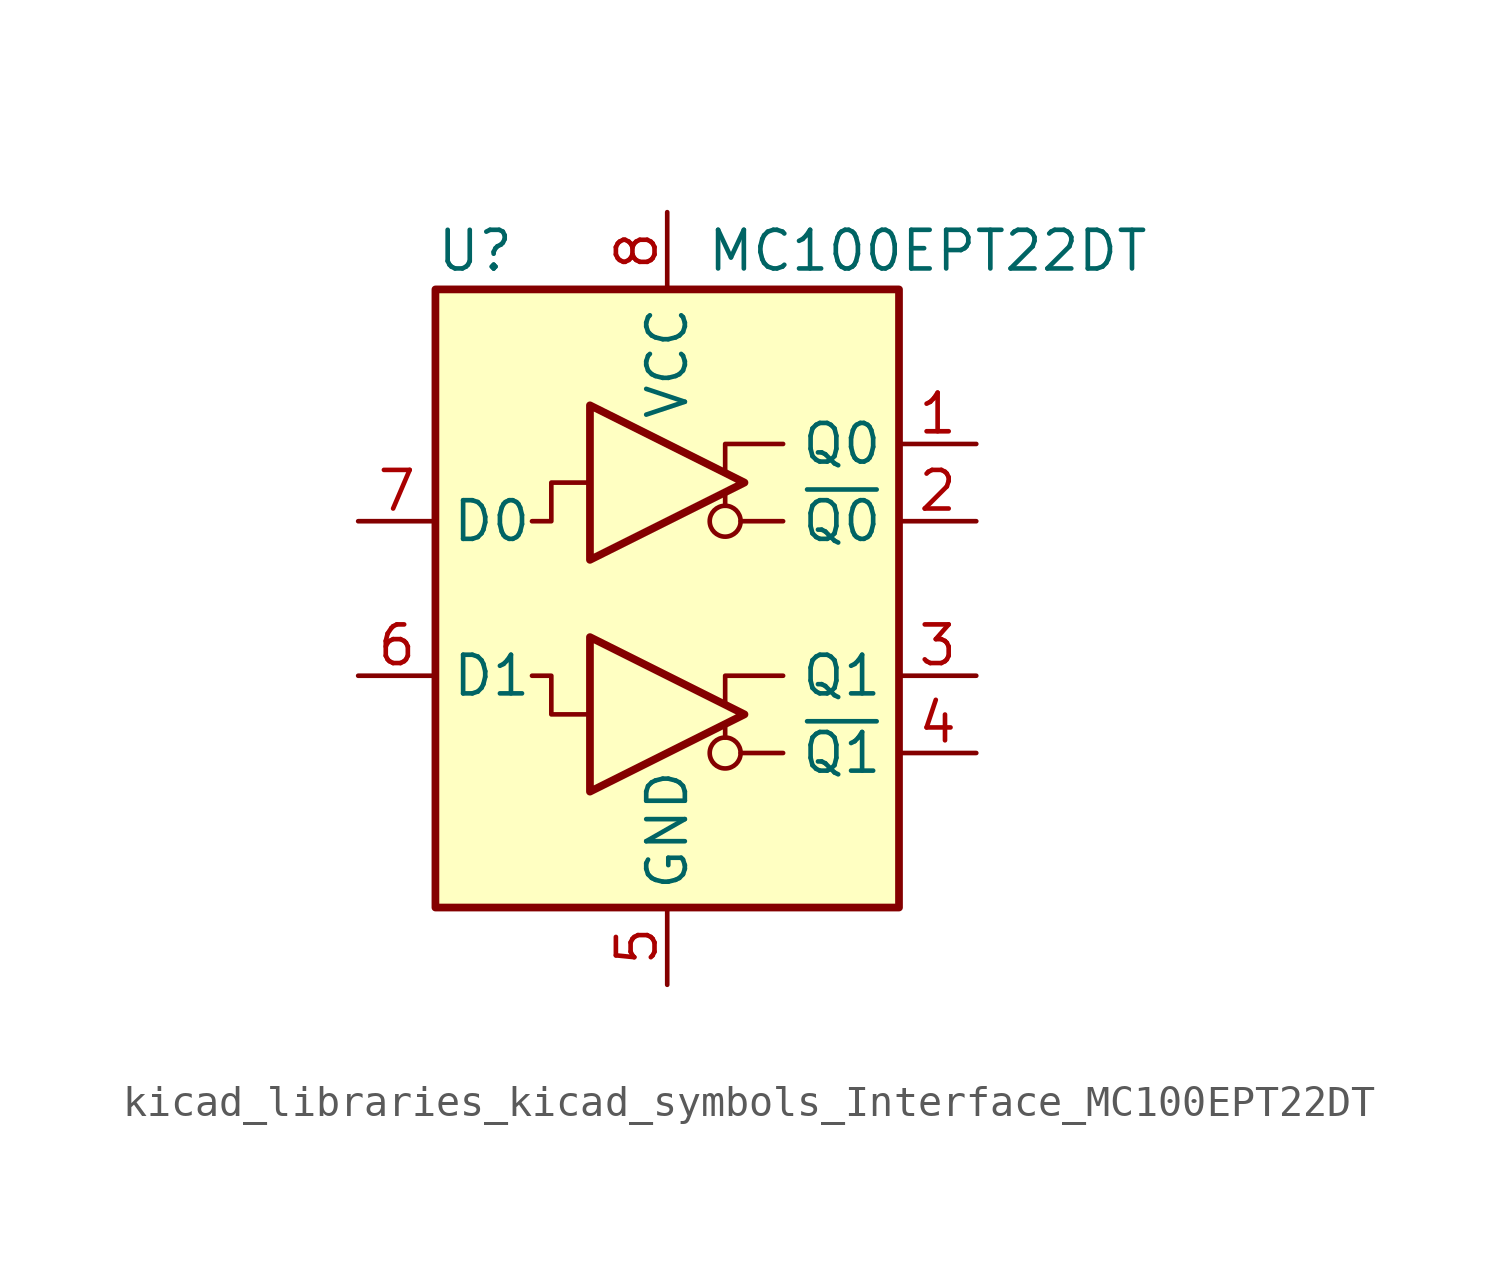
<source format=kicad_sym>
(kicad_symbol_lib
  (version 20220914)
  (generator kicad_symbol_editor)
  (symbol "kicad_libraries_kicad_symbols_Interface_MC100EPT22DT"
    (property "Reference" "U"
      (at -7.62 11.43 0)
      (effects (font (size 1.27 1.27)) (justify left)))
    (property "Value" "MC100EPT22DT"
      (at 1.27 11.43 0)
      (effects (font (size 1.27 1.27)) (justify left)))
    (symbol "kicad_libraries_kicad_symbols_Interface_MC100EPT22DT_0_1"
      (polyline (pts (xy 1.905 -4.572) (xy 1.905 -4.191)) (stroke (width 0) (type default)) (fill (type none)))
      (polyline (pts (xy 1.905 3.048) (xy 1.905 3.429)) (stroke (width 0) (type default)) (fill (type none))))
    (symbol "kicad_libraries_kicad_symbols_Interface_MC100EPT22DT_1_0"
      (rectangle (start -7.62 10.16) (end 7.62 -10.16) (stroke (width 0.254) (type default)) (fill (type background)))
      (polyline (pts (xy 3.81 -5.08) (xy 2.413 -5.08)) (stroke (width 0) (type default)) (fill (type none)))
      (polyline (pts (xy 3.81 2.54) (xy 2.413 2.54)) (stroke (width 0) (type default)) (fill (type none)))
      (polyline (pts (xy 1.905 -3.429) (xy 1.905 -2.54) (xy 3.81 -2.54)) (stroke (width 0) (type default)) (fill (type none)))
      (polyline (pts (xy 1.905 4.191) (xy 1.905 5.08) (xy 3.81 5.08)) (stroke (width 0) (type default)) (fill (type none)))
      (polyline (pts (xy -2.54 -3.81) (xy -3.81 -3.81) (xy -3.81 -2.54) (xy -4.445 -2.54)) (stroke (width 0) (type default)) (fill (type none)))
      (polyline (pts (xy -2.54 3.81) (xy -3.81 3.81) (xy -3.81 2.54) (xy -4.445 2.54)) (stroke (width 0) (type default)) (fill (type none)))
      (circle (center 1.905 -5.08) (radius 0.508) (stroke (width 0) (type default)) (fill (type none)))
      (circle (center 1.905 2.54) (radius 0.508) (stroke (width 0) (type default)) (fill (type none))))
    (symbol "kicad_libraries_kicad_symbols_Interface_MC100EPT22DT_1_1"
      (polyline (pts (xy -2.54 -1.27) (xy -2.54 -6.35) (xy 2.54 -3.81) (xy -2.54 -1.27)) (stroke (width 0.254) (type default)) (fill (type none)))
      (polyline (pts (xy -2.54 6.35) (xy -2.54 1.27) (xy 2.54 3.81) (xy -2.54 6.35)) (stroke (width 0.254) (type default)) (fill (type none)))
      (pin output line (at 10.16 5.08 180) (length 2.54) (name "Q0" (effects (font (size 1.27 1.27)))) (number "1" (effects (font (size 1.27 1.27)))))
      (pin output line (at 10.16 2.54 180) (length 2.54) (name "~{Q0}" (effects (font (size 1.27 1.27)))) (number "2" (effects (font (size 1.27 1.27)))))
      (pin output line (at 10.16 -2.54 180) (length 2.54) (name "Q1" (effects (font (size 1.27 1.27)))) (number "3" (effects (font (size 1.27 1.27)))))
      (pin output line (at 10.16 -5.08 180) (length 2.54) (name "~{Q1}" (effects (font (size 1.27 1.27)))) (number "4" (effects (font (size 1.27 1.27)))))
      (pin power_in line (at 0 -12.7 90) (length 2.54) (name "GND" (effects (font (size 1.27 1.27)))) (number "5" (effects (font (size 1.27 1.27)))))
      (pin input line (at -10.16 -2.54 0) (length 2.54) (name "D1" (effects (font (size 1.27 1.27)))) (number "6" (effects (font (size 1.27 1.27)))))
      (pin input line (at -10.16 2.54 0) (length 2.54) (name "D0" (effects (font (size 1.27 1.27)))) (number "7" (effects (font (size 1.27 1.27)))))
      (pin power_in line (at 0 12.7 270) (length 2.54) (name "VCC" (effects (font (size 1.27 1.27)))) (number "8" (effects (font (size 1.27 1.27))))))))
</source>
